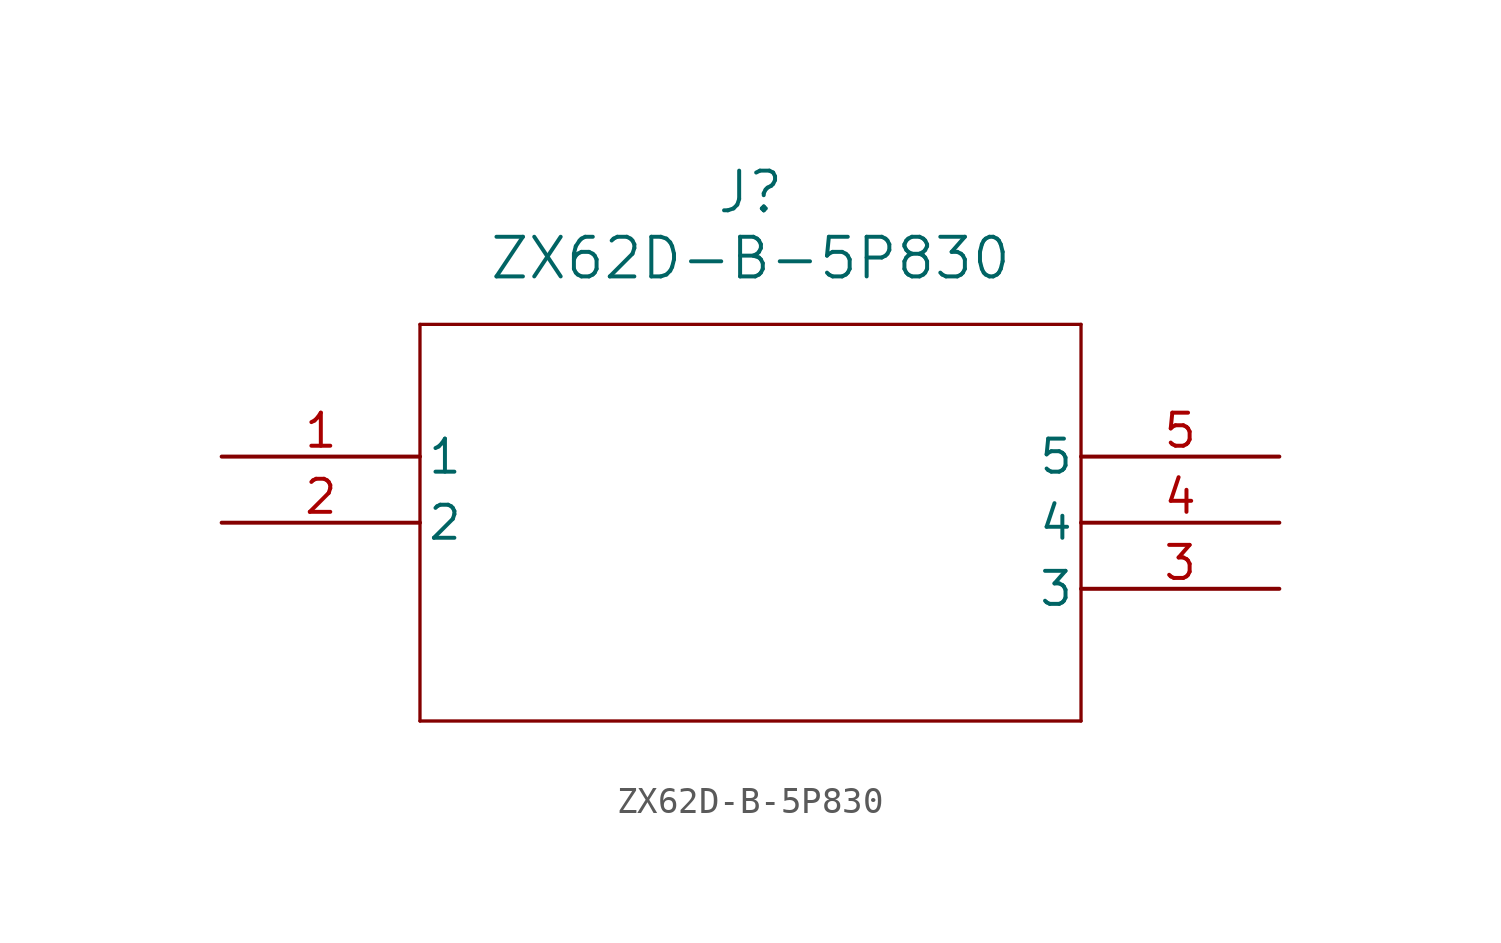
<source format=kicad_sym>
(kicad_symbol_lib
  (version 20211014)
  (generator kicad_symbol_editor)
  (symbol "ZX62D-B-5P830"
    (pin_names
      (offset 0.254))
    (property "Reference" "J"
      (at 20.32 10.16 0)
      (effects (font (size 1.524 1.524))))
    (property "Value" "ZX62D-B-5P830"
      (at 20.32 7.62 0)
      (effects (font (size 1.524 1.524))))
    (polyline
      (pts (xy 7.62 5.08) (xy 7.62 -10.16))
      (stroke (width 0.127) (type default) (color 0 0 0 0))
      (fill (type none)))
    (polyline
      (pts (xy 7.62 -10.16) (xy 33.02 -10.16))
      (stroke (width 0.127) (type default) (color 0 0 0 0))
      (fill (type none)))
    (polyline
      (pts (xy 33.02 -10.16) (xy 33.02 5.08))
      (stroke (width 0.127) (type default) (color 0 0 0 0))
      (fill (type none)))
    (polyline
      (pts (xy 33.02 5.08) (xy 7.62 5.08))
      (stroke (width 0.127) (type default) (color 0 0 0 0))
      (fill (type none)))
    (pin unspecified line
      (at 0 0 0)
      (length 7.62)
      (name "1" (effects (font (size 1.27 1.27))))
      (number "1" (effects (font (size 1.27 1.27)))))
    (pin unspecified line
      (at 0 -2.54 0)
      (length 7.62)
      (name "2" (effects (font (size 1.27 1.27))))
      (number "2" (effects (font (size 1.27 1.27)))))
    (pin unspecified line
      (at 40.64 -5.08 180)
      (length 7.62)
      (name "3" (effects (font (size 1.27 1.27))))
      (number "3" (effects (font (size 1.27 1.27)))))
    (pin unspecified line
      (at 40.64 -2.54 180)
      (length 7.62)
      (name "4" (effects (font (size 1.27 1.27))))
      (number "4" (effects (font (size 1.27 1.27)))))
    (pin unspecified line
      (at 40.64 0 180)
      (length 7.62)
      (name "5" (effects (font (size 1.27 1.27))))
      (number "5" (effects (font (size 1.27 1.27)))))))
</source>
